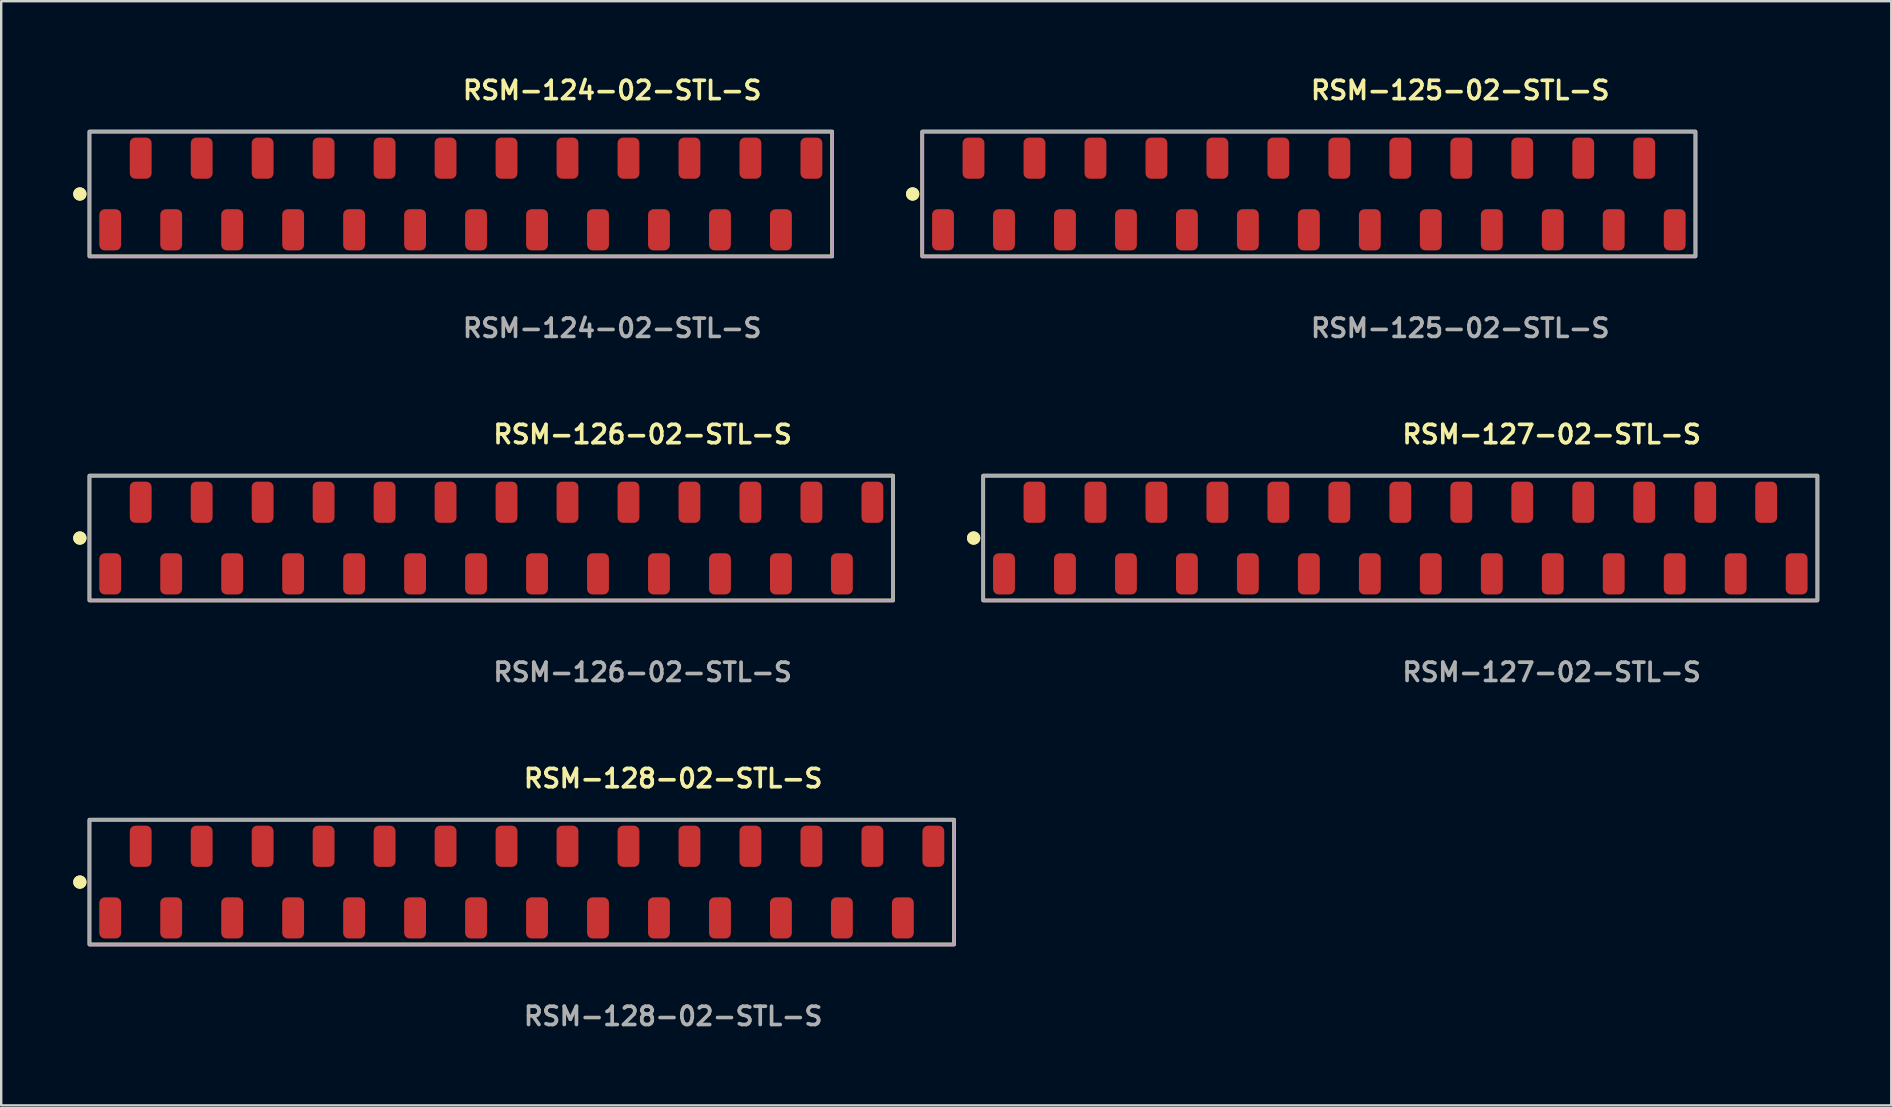
<source format=kicad_pcb>
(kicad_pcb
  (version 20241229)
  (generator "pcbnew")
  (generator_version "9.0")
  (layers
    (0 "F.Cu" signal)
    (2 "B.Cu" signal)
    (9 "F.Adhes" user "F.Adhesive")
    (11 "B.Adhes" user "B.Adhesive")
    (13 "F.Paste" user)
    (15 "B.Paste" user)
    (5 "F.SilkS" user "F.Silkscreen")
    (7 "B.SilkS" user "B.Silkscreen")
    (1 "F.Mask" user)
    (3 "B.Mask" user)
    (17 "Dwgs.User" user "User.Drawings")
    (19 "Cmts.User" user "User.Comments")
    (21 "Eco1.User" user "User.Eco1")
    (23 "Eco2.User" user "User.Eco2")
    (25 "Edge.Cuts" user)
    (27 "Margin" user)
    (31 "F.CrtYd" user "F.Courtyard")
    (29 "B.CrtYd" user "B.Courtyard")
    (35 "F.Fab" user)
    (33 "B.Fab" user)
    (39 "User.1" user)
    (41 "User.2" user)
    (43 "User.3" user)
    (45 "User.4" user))
  (footprint "RSM-126-02-STL-S"
    (layer "F.Cu")
    (at 17.416 19.364)
    (property "Reference" "RSM-126-02-STL-S" (at 0 -4.318 0) (unlocked yes) (layer "F.SilkS") (effects (font (size 0.762 0.762) (thickness 0.152)) (justify left)))
    (fp_rect (start -16.74 2.6) (end 16.74 -2.6) (stroke (width 0.152) (type solid)) (fill no) (layer "F.SilkS"))
    (fp_circle (center -17.14 0) (end -17.34 0) (stroke (width 0.152) (type solid)) (fill yes) (layer "F.SilkS"))
    (fp_circle (center -17.14 0) (end -17.34 0) (stroke (width 0.152) (type solid)) (fill yes) (layer "F.SilkS"))
    (fp_rect (start -16.74 2.6) (end 16.74 -2.6) (stroke (width 0.006) (type solid)) (fill no) (layer "F.CrtYd"))
    (fp_rect (start -16.74 2.6) (end 16.74 -2.6) (stroke (width 0.152) (type solid)) (fill no) (layer "F.Fab"))
    (fp_text user "${REFERENCE}" (at 0 5.588 0) (unlocked yes) (layer "F.Fab") (effects (font (size 0.762 0.762) (thickness 0.152)) (justify left)))
    (pad "1" smd roundrect (at -15.875 1.492) (size 0.91 1.715) (layers "F.Cu" "F.Paste") (roundrect_rratio 0.25))
    (pad "2" smd roundrect (at -14.605 -1.492) (size 0.91 1.715) (layers "F.Cu" "F.Paste") (roundrect_rratio 0.25))
    (pad "3" smd roundrect (at -13.335 1.492) (size 0.91 1.715) (layers "F.Cu" "F.Paste") (roundrect_rratio 0.25))
    (pad "4" smd roundrect (at -12.065 -1.492) (size 0.91 1.715) (layers "F.Cu" "F.Paste") (roundrect_rratio 0.25))
    (pad "5" smd roundrect (at -10.795 1.492) (size 0.91 1.715) (layers "F.Cu" "F.Paste") (roundrect_rratio 0.25))
    (pad "6" smd roundrect (at -9.525 -1.492) (size 0.91 1.715) (layers "F.Cu" "F.Paste") (roundrect_rratio 0.25))
    (pad "7" smd roundrect (at -8.255 1.492) (size 0.91 1.715) (layers "F.Cu" "F.Paste") (roundrect_rratio 0.25))
    (pad "8" smd roundrect (at -6.985 -1.492) (size 0.91 1.715) (layers "F.Cu" "F.Paste") (roundrect_rratio 0.25))
    (pad "9" smd roundrect (at -5.715 1.492) (size 0.91 1.715) (layers "F.Cu" "F.Paste") (roundrect_rratio 0.25))
    (pad "10" smd roundrect (at -4.445 -1.492) (size 0.91 1.715) (layers "F.Cu" "F.Paste") (roundrect_rratio 0.25))
    (pad "11" smd roundrect (at -3.175 1.492) (size 0.91 1.715) (layers "F.Cu" "F.Paste") (roundrect_rratio 0.25))
    (pad "12" smd roundrect (at -1.905 -1.492) (size 0.91 1.715) (layers "F.Cu" "F.Paste") (roundrect_rratio 0.25))
    (pad "13" smd roundrect (at -0.635 1.492) (size 0.91 1.715) (layers "F.Cu" "F.Paste") (roundrect_rratio 0.25))
    (pad "14" smd roundrect (at 0.635 -1.492) (size 0.91 1.715) (layers "F.Cu" "F.Paste") (roundrect_rratio 0.25))
    (pad "15" smd roundrect (at 1.905 1.492) (size 0.91 1.715) (layers "F.Cu" "F.Paste") (roundrect_rratio 0.25))
    (pad "16" smd roundrect (at 3.175 -1.492) (size 0.91 1.715) (layers "F.Cu" "F.Paste") (roundrect_rratio 0.25))
    (pad "17" smd roundrect (at 4.445 1.492) (size 0.91 1.715) (layers "F.Cu" "F.Paste") (roundrect_rratio 0.25))
    (pad "18" smd roundrect (at 5.715 -1.492) (size 0.91 1.715) (layers "F.Cu" "F.Paste") (roundrect_rratio 0.25))
    (pad "19" smd roundrect (at 6.985 1.492) (size 0.91 1.715) (layers "F.Cu" "F.Paste") (roundrect_rratio 0.25))
    (pad "20" smd roundrect (at 8.255 -1.492) (size 0.91 1.715) (layers "F.Cu" "F.Paste") (roundrect_rratio 0.25))
    (pad "21" smd roundrect (at 9.525 1.492) (size 0.91 1.715) (layers "F.Cu" "F.Paste") (roundrect_rratio 0.25))
    (pad "22" smd roundrect (at 10.795 -1.492) (size 0.91 1.715) (layers "F.Cu" "F.Paste") (roundrect_rratio 0.25))
    (pad "23" smd roundrect (at 12.065 1.492) (size 0.91 1.715) (layers "F.Cu" "F.Paste") (roundrect_rratio 0.25))
    (pad "24" smd roundrect (at 13.335 -1.492) (size 0.91 1.715) (layers "F.Cu" "F.Paste") (roundrect_rratio 0.25))
    (pad "25" smd roundrect (at 14.605 1.492) (size 0.91 1.715) (layers "F.Cu" "F.Paste") (roundrect_rratio 0.25))
    (pad "26" smd roundrect (at 15.875 -1.492) (size 0.91 1.715) (layers "F.Cu" "F.Paste") (roundrect_rratio 0.25)))
  (footprint "RSM-128-02-STL-S"
    (layer "F.Cu")
    (at 18.686 33.696)
    (property "Reference" "RSM-128-02-STL-S" (at 0 -4.318 0) (unlocked yes) (layer "F.SilkS") (effects (font (size 0.762 0.762) (thickness 0.152)) (justify left)))
    (fp_rect (start -18.01 2.6) (end 18.01 -2.6) (stroke (width 0.152) (type solid)) (fill no) (layer "F.SilkS"))
    (fp_circle (center -18.41 0) (end -18.61 0) (stroke (width 0.152) (type solid)) (fill yes) (layer "F.SilkS"))
    (fp_circle (center -18.41 0) (end -18.61 0) (stroke (width 0.152) (type solid)) (fill yes) (layer "F.SilkS"))
    (fp_rect (start -18.01 2.6) (end 18.01 -2.6) (stroke (width 0.006) (type solid)) (fill no) (layer "F.CrtYd"))
    (fp_rect (start -18.01 2.6) (end 18.01 -2.6) (stroke (width 0.152) (type solid)) (fill no) (layer "F.Fab"))
    (fp_text user "${REFERENCE}" (at 0 5.588 0) (unlocked yes) (layer "F.Fab") (effects (font (size 0.762 0.762) (thickness 0.152)) (justify left)))
    (pad "1" smd roundrect (at -17.145 1.492) (size 0.91 1.715) (layers "F.Cu" "F.Paste") (roundrect_rratio 0.25))
    (pad "2" smd roundrect (at -15.875 -1.492) (size 0.91 1.715) (layers "F.Cu" "F.Paste") (roundrect_rratio 0.25))
    (pad "3" smd roundrect (at -14.605 1.492) (size 0.91 1.715) (layers "F.Cu" "F.Paste") (roundrect_rratio 0.25))
    (pad "4" smd roundrect (at -13.335 -1.492) (size 0.91 1.715) (layers "F.Cu" "F.Paste") (roundrect_rratio 0.25))
    (pad "5" smd roundrect (at -12.065 1.492) (size 0.91 1.715) (layers "F.Cu" "F.Paste") (roundrect_rratio 0.25))
    (pad "6" smd roundrect (at -10.795 -1.492) (size 0.91 1.715) (layers "F.Cu" "F.Paste") (roundrect_rratio 0.25))
    (pad "7" smd roundrect (at -9.525 1.492) (size 0.91 1.715) (layers "F.Cu" "F.Paste") (roundrect_rratio 0.25))
    (pad "8" smd roundrect (at -8.255 -1.492) (size 0.91 1.715) (layers "F.Cu" "F.Paste") (roundrect_rratio 0.25))
    (pad "9" smd roundrect (at -6.985 1.492) (size 0.91 1.715) (layers "F.Cu" "F.Paste") (roundrect_rratio 0.25))
    (pad "10" smd roundrect (at -5.715 -1.492) (size 0.91 1.715) (layers "F.Cu" "F.Paste") (roundrect_rratio 0.25))
    (pad "11" smd roundrect (at -4.445 1.492) (size 0.91 1.715) (layers "F.Cu" "F.Paste") (roundrect_rratio 0.25))
    (pad "12" smd roundrect (at -3.175 -1.492) (size 0.91 1.715) (layers "F.Cu" "F.Paste") (roundrect_rratio 0.25))
    (pad "13" smd roundrect (at -1.905 1.492) (size 0.91 1.715) (layers "F.Cu" "F.Paste") (roundrect_rratio 0.25))
    (pad "14" smd roundrect (at -0.635 -1.492) (size 0.91 1.715) (layers "F.Cu" "F.Paste") (roundrect_rratio 0.25))
    (pad "15" smd roundrect (at 0.635 1.492) (size 0.91 1.715) (layers "F.Cu" "F.Paste") (roundrect_rratio 0.25))
    (pad "16" smd roundrect (at 1.905 -1.492) (size 0.91 1.715) (layers "F.Cu" "F.Paste") (roundrect_rratio 0.25))
    (pad "17" smd roundrect (at 3.175 1.492) (size 0.91 1.715) (layers "F.Cu" "F.Paste") (roundrect_rratio 0.25))
    (pad "18" smd roundrect (at 4.445 -1.492) (size 0.91 1.715) (layers "F.Cu" "F.Paste") (roundrect_rratio 0.25))
    (pad "19" smd roundrect (at 5.715 1.492) (size 0.91 1.715) (layers "F.Cu" "F.Paste") (roundrect_rratio 0.25))
    (pad "20" smd roundrect (at 6.985 -1.492) (size 0.91 1.715) (layers "F.Cu" "F.Paste") (roundrect_rratio 0.25))
    (pad "21" smd roundrect (at 8.255 1.492) (size 0.91 1.715) (layers "F.Cu" "F.Paste") (roundrect_rratio 0.25))
    (pad "22" smd roundrect (at 9.525 -1.492) (size 0.91 1.715) (layers "F.Cu" "F.Paste") (roundrect_rratio 0.25))
    (pad "23" smd roundrect (at 10.795 1.492) (size 0.91 1.715) (layers "F.Cu" "F.Paste") (roundrect_rratio 0.25))
    (pad "24" smd roundrect (at 12.065 -1.492) (size 0.91 1.715) (layers "F.Cu" "F.Paste") (roundrect_rratio 0.25))
    (pad "25" smd roundrect (at 13.335 1.492) (size 0.91 1.715) (layers "F.Cu" "F.Paste") (roundrect_rratio 0.25))
    (pad "26" smd roundrect (at 14.605 -1.492) (size 0.91 1.715) (layers "F.Cu" "F.Paste") (roundrect_rratio 0.25))
    (pad "27" smd roundrect (at 15.875 1.492) (size 0.91 1.715) (layers "F.Cu" "F.Paste") (roundrect_rratio 0.25))
    (pad "28" smd roundrect (at 17.145 -1.492) (size 0.91 1.715) (layers "F.Cu" "F.Paste") (roundrect_rratio 0.25)))
  (footprint "RSM-125-02-STL-S"
    (layer "F.Cu")
    (at 51.474 5.031)
    (property "Reference" "RSM-125-02-STL-S" (at 0 -4.318 0) (unlocked yes) (layer "F.SilkS") (effects (font (size 0.762 0.762) (thickness 0.152)) (justify left)))
    (fp_rect (start -16.105 2.6) (end 16.105 -2.6) (stroke (width 0.152) (type solid)) (fill no) (layer "F.SilkS"))
    (fp_circle (center -16.505 0) (end -16.705 0) (stroke (width 0.152) (type solid)) (fill yes) (layer "F.SilkS"))
    (fp_circle (center -16.505 0) (end -16.705 0) (stroke (width 0.152) (type solid)) (fill yes) (layer "F.SilkS"))
    (fp_rect (start -16.105 2.6) (end 16.105 -2.6) (stroke (width 0.006) (type solid)) (fill no) (layer "F.CrtYd"))
    (fp_rect (start -16.105 2.6) (end 16.105 -2.6) (stroke (width 0.152) (type solid)) (fill no) (layer "F.Fab"))
    (fp_text user "${REFERENCE}" (at 0 5.588 0) (unlocked yes) (layer "F.Fab") (effects (font (size 0.762 0.762) (thickness 0.152)) (justify left)))
    (pad "1" smd roundrect (at -15.24 1.492) (size 0.91 1.715) (layers "F.Cu" "F.Paste") (roundrect_rratio 0.25))
    (pad "2" smd roundrect (at -13.97 -1.492) (size 0.91 1.715) (layers "F.Cu" "F.Paste") (roundrect_rratio 0.25))
    (pad "3" smd roundrect (at -12.7 1.492) (size 0.91 1.715) (layers "F.Cu" "F.Paste") (roundrect_rratio 0.25))
    (pad "4" smd roundrect (at -11.43 -1.492) (size 0.91 1.715) (layers "F.Cu" "F.Paste") (roundrect_rratio 0.25))
    (pad "5" smd roundrect (at -10.16 1.492) (size 0.91 1.715) (layers "F.Cu" "F.Paste") (roundrect_rratio 0.25))
    (pad "6" smd roundrect (at -8.89 -1.492) (size 0.91 1.715) (layers "F.Cu" "F.Paste") (roundrect_rratio 0.25))
    (pad "7" smd roundrect (at -7.62 1.492) (size 0.91 1.715) (layers "F.Cu" "F.Paste") (roundrect_rratio 0.25))
    (pad "8" smd roundrect (at -6.35 -1.492) (size 0.91 1.715) (layers "F.Cu" "F.Paste") (roundrect_rratio 0.25))
    (pad "9" smd roundrect (at -5.08 1.492) (size 0.91 1.715) (layers "F.Cu" "F.Paste") (roundrect_rratio 0.25))
    (pad "10" smd roundrect (at -3.81 -1.492) (size 0.91 1.715) (layers "F.Cu" "F.Paste") (roundrect_rratio 0.25))
    (pad "11" smd roundrect (at -2.54 1.492) (size 0.91 1.715) (layers "F.Cu" "F.Paste") (roundrect_rratio 0.25))
    (pad "12" smd roundrect (at -1.27 -1.492) (size 0.91 1.715) (layers "F.Cu" "F.Paste") (roundrect_rratio 0.25))
    (pad "13" smd roundrect (at 0 1.492) (size 0.91 1.715) (layers "F.Cu" "F.Paste") (roundrect_rratio 0.25))
    (pad "14" smd roundrect (at 1.27 -1.492) (size 0.91 1.715) (layers "F.Cu" "F.Paste") (roundrect_rratio 0.25))
    (pad "15" smd roundrect (at 2.54 1.492) (size 0.91 1.715) (layers "F.Cu" "F.Paste") (roundrect_rratio 0.25))
    (pad "16" smd roundrect (at 3.81 -1.492) (size 0.91 1.715) (layers "F.Cu" "F.Paste") (roundrect_rratio 0.25))
    (pad "17" smd roundrect (at 5.08 1.492) (size 0.91 1.715) (layers "F.Cu" "F.Paste") (roundrect_rratio 0.25))
    (pad "18" smd roundrect (at 6.35 -1.492) (size 0.91 1.715) (layers "F.Cu" "F.Paste") (roundrect_rratio 0.25))
    (pad "19" smd roundrect (at 7.62 1.492) (size 0.91 1.715) (layers "F.Cu" "F.Paste") (roundrect_rratio 0.25))
    (pad "20" smd roundrect (at 8.89 -1.492) (size 0.91 1.715) (layers "F.Cu" "F.Paste") (roundrect_rratio 0.25))
    (pad "21" smd roundrect (at 10.16 1.492) (size 0.91 1.715) (layers "F.Cu" "F.Paste") (roundrect_rratio 0.25))
    (pad "22" smd roundrect (at 11.43 -1.492) (size 0.91 1.715) (layers "F.Cu" "F.Paste") (roundrect_rratio 0.25))
    (pad "23" smd roundrect (at 12.7 1.492) (size 0.91 1.715) (layers "F.Cu" "F.Paste") (roundrect_rratio 0.25))
    (pad "24" smd roundrect (at 13.97 -1.492) (size 0.91 1.715) (layers "F.Cu" "F.Paste") (roundrect_rratio 0.25))
    (pad "25" smd roundrect (at 15.24 1.492) (size 0.91 1.715) (layers "F.Cu" "F.Paste") (roundrect_rratio 0.25)))
  (footprint "RSM-124-02-STL-S"
    (layer "F.Cu")
    (at 16.146 5.031)
    (property "Reference" "RSM-124-02-STL-S" (at 0 -4.318 0) (unlocked yes) (layer "F.SilkS") (effects (font (size 0.762 0.762) (thickness 0.152)) (justify left)))
    (fp_rect (start -15.47 2.6) (end 15.47 -2.6) (stroke (width 0.152) (type solid)) (fill no) (layer "F.SilkS"))
    (fp_circle (center -15.87 0) (end -16.07 0) (stroke (width 0.152) (type solid)) (fill yes) (layer "F.SilkS"))
    (fp_circle (center -15.87 0) (end -16.07 0) (stroke (width 0.152) (type solid)) (fill yes) (layer "F.SilkS"))
    (fp_rect (start -15.47 2.6) (end 15.47 -2.6) (stroke (width 0.006) (type solid)) (fill no) (layer "F.CrtYd"))
    (fp_rect (start -15.47 2.6) (end 15.47 -2.6) (stroke (width 0.152) (type solid)) (fill no) (layer "F.Fab"))
    (fp_text user "${REFERENCE}" (at 0 5.588 0) (unlocked yes) (layer "F.Fab") (effects (font (size 0.762 0.762) (thickness 0.152)) (justify left)))
    (pad "1" smd roundrect (at -14.605 1.492) (size 0.91 1.715) (layers "F.Cu" "F.Paste") (roundrect_rratio 0.25))
    (pad "2" smd roundrect (at -13.335 -1.492) (size 0.91 1.715) (layers "F.Cu" "F.Paste") (roundrect_rratio 0.25))
    (pad "3" smd roundrect (at -12.065 1.492) (size 0.91 1.715) (layers "F.Cu" "F.Paste") (roundrect_rratio 0.25))
    (pad "4" smd roundrect (at -10.795 -1.492) (size 0.91 1.715) (layers "F.Cu" "F.Paste") (roundrect_rratio 0.25))
    (pad "5" smd roundrect (at -9.525 1.492) (size 0.91 1.715) (layers "F.Cu" "F.Paste") (roundrect_rratio 0.25))
    (pad "6" smd roundrect (at -8.255 -1.492) (size 0.91 1.715) (layers "F.Cu" "F.Paste") (roundrect_rratio 0.25))
    (pad "7" smd roundrect (at -6.985 1.492) (size 0.91 1.715) (layers "F.Cu" "F.Paste") (roundrect_rratio 0.25))
    (pad "8" smd roundrect (at -5.715 -1.492) (size 0.91 1.715) (layers "F.Cu" "F.Paste") (roundrect_rratio 0.25))
    (pad "9" smd roundrect (at -4.445 1.492) (size 0.91 1.715) (layers "F.Cu" "F.Paste") (roundrect_rratio 0.25))
    (pad "10" smd roundrect (at -3.175 -1.492) (size 0.91 1.715) (layers "F.Cu" "F.Paste") (roundrect_rratio 0.25))
    (pad "11" smd roundrect (at -1.905 1.492) (size 0.91 1.715) (layers "F.Cu" "F.Paste") (roundrect_rratio 0.25))
    (pad "12" smd roundrect (at -0.635 -1.492) (size 0.91 1.715) (layers "F.Cu" "F.Paste") (roundrect_rratio 0.25))
    (pad "13" smd roundrect (at 0.635 1.492) (size 0.91 1.715) (layers "F.Cu" "F.Paste") (roundrect_rratio 0.25))
    (pad "14" smd roundrect (at 1.905 -1.492) (size 0.91 1.715) (layers "F.Cu" "F.Paste") (roundrect_rratio 0.25))
    (pad "15" smd roundrect (at 3.175 1.492) (size 0.91 1.715) (layers "F.Cu" "F.Paste") (roundrect_rratio 0.25))
    (pad "16" smd roundrect (at 4.445 -1.492) (size 0.91 1.715) (layers "F.Cu" "F.Paste") (roundrect_rratio 0.25))
    (pad "17" smd roundrect (at 5.715 1.492) (size 0.91 1.715) (layers "F.Cu" "F.Paste") (roundrect_rratio 0.25))
    (pad "18" smd roundrect (at 6.985 -1.492) (size 0.91 1.715) (layers "F.Cu" "F.Paste") (roundrect_rratio 0.25))
    (pad "19" smd roundrect (at 8.255 1.492) (size 0.91 1.715) (layers "F.Cu" "F.Paste") (roundrect_rratio 0.25))
    (pad "20" smd roundrect (at 9.525 -1.492) (size 0.91 1.715) (layers "F.Cu" "F.Paste") (roundrect_rratio 0.25))
    (pad "21" smd roundrect (at 10.795 1.492) (size 0.91 1.715) (layers "F.Cu" "F.Paste") (roundrect_rratio 0.25))
    (pad "22" smd roundrect (at 12.065 -1.492) (size 0.91 1.715) (layers "F.Cu" "F.Paste") (roundrect_rratio 0.25))
    (pad "23" smd roundrect (at 13.335 1.492) (size 0.91 1.715) (layers "F.Cu" "F.Paste") (roundrect_rratio 0.25))
    (pad "24" smd roundrect (at 14.605 -1.492) (size 0.91 1.715) (layers "F.Cu" "F.Paste") (roundrect_rratio 0.25)))
  (footprint "RSM-127-02-STL-S"
    (layer "F.Cu")
    (at 55.284 19.364)
    (property "Reference" "RSM-127-02-STL-S" (at 0 -4.318 0) (unlocked yes) (layer "F.SilkS") (effects (font (size 0.762 0.762) (thickness 0.152)) (justify left)))
    (fp_rect (start -17.375 2.6) (end 17.375 -2.6) (stroke (width 0.152) (type solid)) (fill no) (layer "F.SilkS"))
    (fp_circle (center -17.775 0) (end -17.975 0) (stroke (width 0.152) (type solid)) (fill yes) (layer "F.SilkS"))
    (fp_circle (center -17.775 0) (end -17.975 0) (stroke (width 0.152) (type solid)) (fill yes) (layer "F.SilkS"))
    (fp_rect (start -17.375 2.6) (end 17.375 -2.6) (stroke (width 0.006) (type solid)) (fill no) (layer "F.CrtYd"))
    (fp_rect (start -17.375 2.6) (end 17.375 -2.6) (stroke (width 0.152) (type solid)) (fill no) (layer "F.Fab"))
    (fp_text user "${REFERENCE}" (at 0 5.588 0) (unlocked yes) (layer "F.Fab") (effects (font (size 0.762 0.762) (thickness 0.152)) (justify left)))
    (pad "1" smd roundrect (at -16.51 1.492) (size 0.91 1.715) (layers "F.Cu" "F.Paste") (roundrect_rratio 0.25))
    (pad "2" smd roundrect (at -15.24 -1.492) (size 0.91 1.715) (layers "F.Cu" "F.Paste") (roundrect_rratio 0.25))
    (pad "3" smd roundrect (at -13.97 1.492) (size 0.91 1.715) (layers "F.Cu" "F.Paste") (roundrect_rratio 0.25))
    (pad "4" smd roundrect (at -12.7 -1.492) (size 0.91 1.715) (layers "F.Cu" "F.Paste") (roundrect_rratio 0.25))
    (pad "5" smd roundrect (at -11.43 1.492) (size 0.91 1.715) (layers "F.Cu" "F.Paste") (roundrect_rratio 0.25))
    (pad "6" smd roundrect (at -10.16 -1.492) (size 0.91 1.715) (layers "F.Cu" "F.Paste") (roundrect_rratio 0.25))
    (pad "7" smd roundrect (at -8.89 1.492) (size 0.91 1.715) (layers "F.Cu" "F.Paste") (roundrect_rratio 0.25))
    (pad "8" smd roundrect (at -7.62 -1.492) (size 0.91 1.715) (layers "F.Cu" "F.Paste") (roundrect_rratio 0.25))
    (pad "9" smd roundrect (at -6.35 1.492) (size 0.91 1.715) (layers "F.Cu" "F.Paste") (roundrect_rratio 0.25))
    (pad "10" smd roundrect (at -5.08 -1.492) (size 0.91 1.715) (layers "F.Cu" "F.Paste") (roundrect_rratio 0.25))
    (pad "11" smd roundrect (at -3.81 1.492) (size 0.91 1.715) (layers "F.Cu" "F.Paste") (roundrect_rratio 0.25))
    (pad "12" smd roundrect (at -2.54 -1.492) (size 0.91 1.715) (layers "F.Cu" "F.Paste") (roundrect_rratio 0.25))
    (pad "13" smd roundrect (at -1.27 1.492) (size 0.91 1.715) (layers "F.Cu" "F.Paste") (roundrect_rratio 0.25))
    (pad "14" smd roundrect (at 0 -1.492) (size 0.91 1.715) (layers "F.Cu" "F.Paste") (roundrect_rratio 0.25))
    (pad "15" smd roundrect (at 1.27 1.492) (size 0.91 1.715) (layers "F.Cu" "F.Paste") (roundrect_rratio 0.25))
    (pad "16" smd roundrect (at 2.54 -1.492) (size 0.91 1.715) (layers "F.Cu" "F.Paste") (roundrect_rratio 0.25))
    (pad "17" smd roundrect (at 3.81 1.492) (size 0.91 1.715) (layers "F.Cu" "F.Paste") (roundrect_rratio 0.25))
    (pad "18" smd roundrect (at 5.08 -1.492) (size 0.91 1.715) (layers "F.Cu" "F.Paste") (roundrect_rratio 0.25))
    (pad "19" smd roundrect (at 6.35 1.492) (size 0.91 1.715) (layers "F.Cu" "F.Paste") (roundrect_rratio 0.25))
    (pad "20" smd roundrect (at 7.62 -1.492) (size 0.91 1.715) (layers "F.Cu" "F.Paste") (roundrect_rratio 0.25))
    (pad "21" smd roundrect (at 8.89 1.492) (size 0.91 1.715) (layers "F.Cu" "F.Paste") (roundrect_rratio 0.25))
    (pad "22" smd roundrect (at 10.16 -1.492) (size 0.91 1.715) (layers "F.Cu" "F.Paste") (roundrect_rratio 0.25))
    (pad "23" smd roundrect (at 11.43 1.492) (size 0.91 1.715) (layers "F.Cu" "F.Paste") (roundrect_rratio 0.25))
    (pad "24" smd roundrect (at 12.7 -1.492) (size 0.91 1.715) (layers "F.Cu" "F.Paste") (roundrect_rratio 0.25))
    (pad "25" smd roundrect (at 13.97 1.492) (size 0.91 1.715) (layers "F.Cu" "F.Paste") (roundrect_rratio 0.25))
    (pad "26" smd roundrect (at 15.24 -1.492) (size 0.91 1.715) (layers "F.Cu" "F.Paste") (roundrect_rratio 0.25))
    (pad "27" smd roundrect (at 16.51 1.492) (size 0.91 1.715) (layers "F.Cu" "F.Paste") (roundrect_rratio 0.25)))
  (gr_rect
    (start -3 -3)
    (end 75.735 42.997)
    (stroke (width 0.1) (type default))
    (fill no)
    (layer "Edge.Cuts")))
</source>
